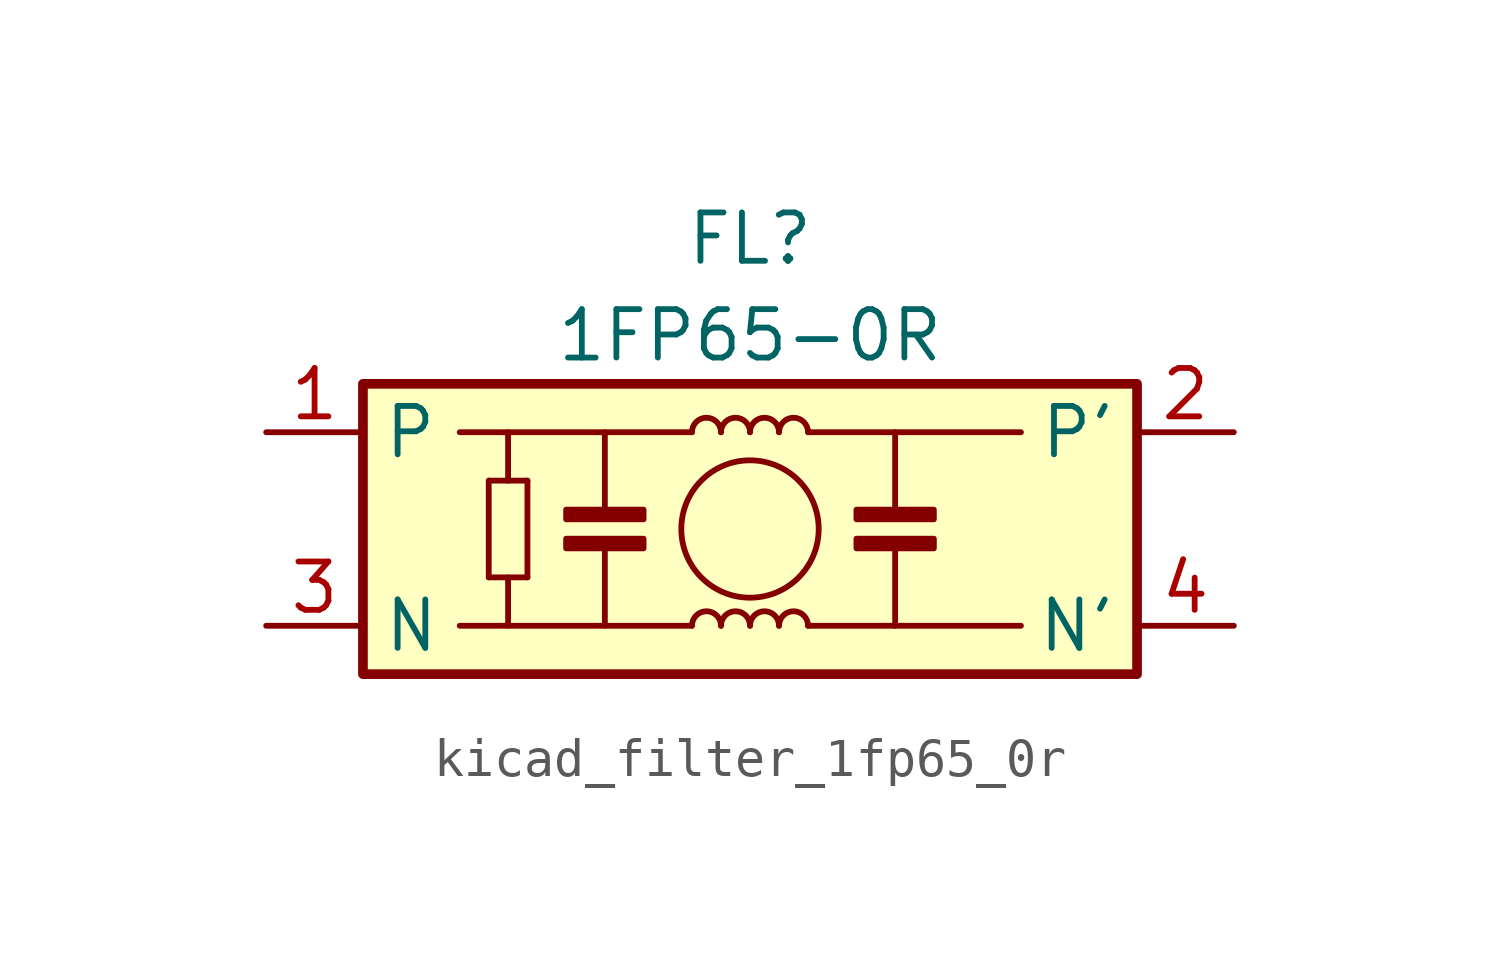
<source format=kicad_sym>
(kicad_symbol_lib
  (version 20220914)
  (generator kicad_symbol_editor)
  (symbol "kicad_filter_1fp65_0r"
    (property "Reference" "FL"
      (at 0 7.62 0)
      (effects (font (size 1.27 1.27))))
    (property "Value" "1FP65-0R"
      (at 0 5.08 0)
      (effects (font (size 1.27 1.27))))
    (symbol "kicad_filter_1fp65_0r_1_1"
      (rectangle (start -10.16 3.81) (end 10.16 -3.81) (stroke (width 0.254) (type default)) (fill (type background)))
      (rectangle (start -4.826 -0.254) (end -2.794 -0.508) (stroke (width 0) (type default)) (fill (type outline)))
      (rectangle (start -4.826 0.254) (end -2.794 0.508) (stroke (width 0) (type default)) (fill (type outline)))
      (arc (start -0.762 -2.54) (mid -1.143 -2.1606) (end -1.524 -2.54) (stroke (width 0) (type default)) (fill (type none)))
      (arc (start -0.762 2.54) (mid -1.143 2.9194) (end -1.524 2.54) (stroke (width 0) (type default)) (fill (type none)))
      (arc (start 0 -2.54) (mid -0.381 -2.1606) (end -0.762 -2.54) (stroke (width 0) (type default)) (fill (type none)))
      (polyline (pts (xy -6.858 -1.27) (xy -6.858 1.27)) (stroke (width 0) (type default)) (fill (type none)))
      (polyline (pts (xy -6.858 -1.27) (xy -5.842 -1.27)) (stroke (width 0) (type default)) (fill (type none)))
      (polyline (pts (xy -6.858 1.27) (xy -5.842 1.27)) (stroke (width 0) (type default)) (fill (type none)))
      (polyline (pts (xy -6.35 -1.27) (xy -6.35 -2.54)) (stroke (width 0) (type default)) (fill (type none)))
      (polyline (pts (xy -6.35 1.27) (xy -6.35 2.54)) (stroke (width 0) (type default)) (fill (type none)))
      (polyline (pts (xy -5.842 -1.27) (xy -5.842 1.27)) (stroke (width 0) (type default)) (fill (type none)))
      (polyline (pts (xy -3.81 -0.508) (xy -3.81 -2.54)) (stroke (width 0) (type default)) (fill (type none)))
      (polyline (pts (xy -3.81 0.508) (xy -3.81 2.54)) (stroke (width 0) (type default)) (fill (type none)))
      (polyline (pts (xy -1.524 -2.54) (xy -7.62 -2.54)) (stroke (width 0) (type default)) (fill (type none)))
      (polyline (pts (xy -1.524 2.54) (xy -7.62 2.54)) (stroke (width 0) (type default)) (fill (type none)))
      (polyline (pts (xy 1.524 -2.54) (xy 7.112 -2.54)) (stroke (width 0) (type default)) (fill (type none)))
      (polyline (pts (xy 3.81 -0.508) (xy 3.81 -2.54)) (stroke (width 0) (type default)) (fill (type none)))
      (polyline (pts (xy 3.81 0.508) (xy 3.81 2.54)) (stroke (width 0) (type default)) (fill (type none)))
      (polyline (pts (xy 7.112 2.54) (xy 1.524 2.54)) (stroke (width 0) (type default)) (fill (type none)))
      (circle (center 0 0) (radius 1.803) (stroke (width 0) (type default)) (fill (type none)))
      (arc (start 0 2.54) (mid -0.381 2.9194) (end -0.762 2.54) (stroke (width 0) (type default)) (fill (type none)))
      (arc (start 0.762 -2.54) (mid 0.381 -2.1606) (end 0 -2.54) (stroke (width 0) (type default)) (fill (type none)))
      (arc (start 0.762 2.54) (mid 0.381 2.9194) (end 0 2.54) (stroke (width 0) (type default)) (fill (type none)))
      (arc (start 1.524 -2.54) (mid 1.143 -2.1606) (end 0.762 -2.54) (stroke (width 0) (type default)) (fill (type none)))
      (arc (start 1.524 2.54) (mid 1.143 2.9194) (end 0.762 2.54) (stroke (width 0) (type default)) (fill (type none)))
      (rectangle (start 2.794 -0.254) (end 4.826 -0.508) (stroke (width 0) (type default)) (fill (type outline)))
      (rectangle (start 2.794 0.254) (end 4.826 0.508) (stroke (width 0) (type default)) (fill (type outline)))
      (pin passive line (at -12.7 2.54 0) (length 2.54) (name "P" (effects (font (size 1.27 1.27)))) (number "1" (effects (font (size 1.27 1.27)))))
      (pin passive line (at 12.7 2.54 180) (length 2.54) (name "P'" (effects (font (size 1.27 1.27)))) (number "2" (effects (font (size 1.27 1.27)))))
      (pin passive line (at -12.7 -2.54 0) (length 2.54) (name "N" (effects (font (size 1.27 1.27)))) (number "3" (effects (font (size 1.27 1.27)))))
      (pin passive line (at 12.7 -2.54 180) (length 2.54) (name "N'" (effects (font (size 1.27 1.27)))) (number "4" (effects (font (size 1.27 1.27))))))))
</source>
